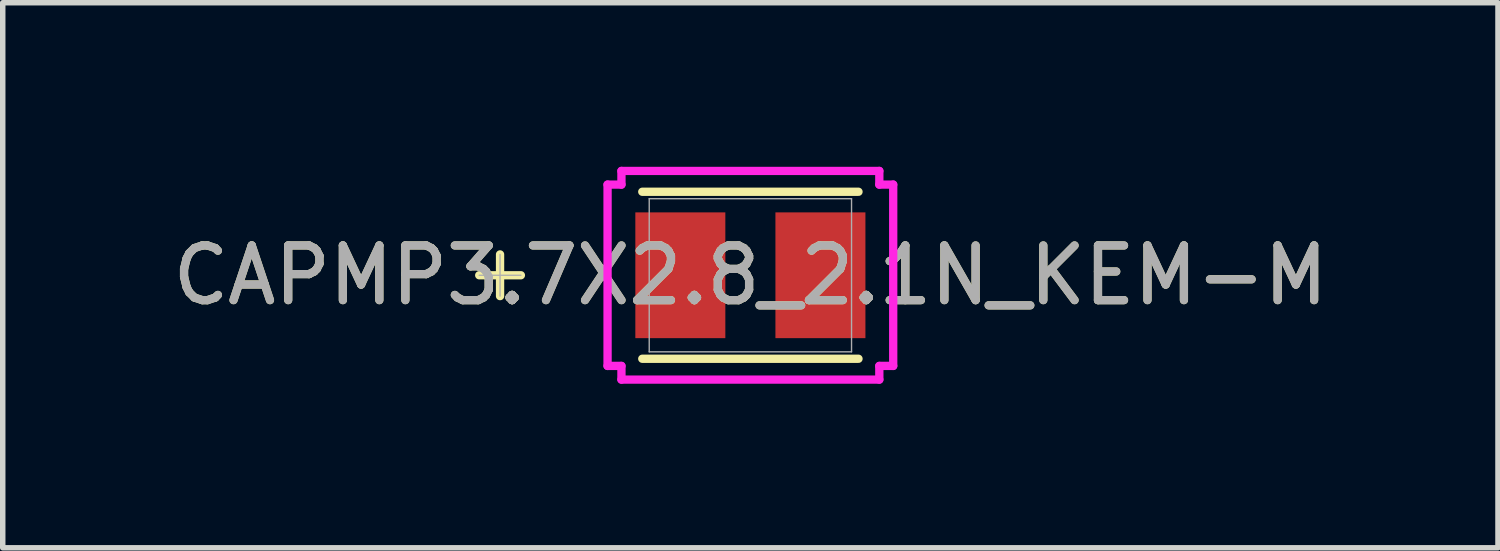
<source format=kicad_pcb>
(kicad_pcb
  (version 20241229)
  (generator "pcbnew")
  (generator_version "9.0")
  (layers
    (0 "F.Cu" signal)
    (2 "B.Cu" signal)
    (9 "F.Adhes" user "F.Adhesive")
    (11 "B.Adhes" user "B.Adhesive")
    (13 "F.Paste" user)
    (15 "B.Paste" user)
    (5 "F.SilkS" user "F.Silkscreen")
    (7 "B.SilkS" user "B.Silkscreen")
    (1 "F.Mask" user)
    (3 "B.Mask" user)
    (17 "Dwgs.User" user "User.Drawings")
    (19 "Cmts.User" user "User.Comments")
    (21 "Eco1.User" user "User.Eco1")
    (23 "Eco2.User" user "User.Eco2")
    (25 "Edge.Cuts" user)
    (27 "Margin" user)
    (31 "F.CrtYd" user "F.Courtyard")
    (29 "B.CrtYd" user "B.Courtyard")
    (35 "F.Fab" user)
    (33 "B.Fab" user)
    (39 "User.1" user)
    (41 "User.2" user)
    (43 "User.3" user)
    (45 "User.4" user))
  (footprint "CAPMP3.7X2.8_2.1N_KEM-M"
    (layer "F.Cu")
    (at 10.673 1.984)
    (property "Reference" "CAPMP3.7X2.8_2.1N_KEM-M" (at 0 0 0) (unlocked yes) (layer "F.SilkS") (effects (font (size 1 1) (thickness 0.15))))
    (attr smd)
    (fp_line (start -4.578 -0.381) (end -4.578 0.381) (stroke (width 0.152) (type solid)) (layer "F.SilkS"))
    (fp_line (start -4.197 0) (end -4.959 0) (stroke (width 0.152) (type solid)) (layer "F.SilkS"))
    (fp_line (start -1.977 1.527) (end 1.977 1.527) (stroke (width 0.152) (type solid)) (layer "F.SilkS"))
    (fp_line (start 1.977 -1.527) (end -1.977 -1.527) (stroke (width 0.152) (type solid)) (layer "F.SilkS"))
    (fp_line (start -2.612 -1.658) (end -2.358 -1.658) (stroke (width 0.152) (type solid)) (layer "F.CrtYd"))
    (fp_line (start -2.612 1.658) (end -2.612 -1.658) (stroke (width 0.152) (type solid)) (layer "F.CrtYd"))
    (fp_line (start -2.358 -1.908) (end 2.358 -1.908) (stroke (width 0.152) (type solid)) (layer "F.CrtYd"))
    (fp_line (start -2.358 -1.658) (end -2.358 -1.908) (stroke (width 0.152) (type solid)) (layer "F.CrtYd"))
    (fp_line (start -2.358 1.658) (end -2.612 1.658) (stroke (width 0.152) (type solid)) (layer "F.CrtYd"))
    (fp_line (start -2.358 1.908) (end -2.358 1.658) (stroke (width 0.152) (type solid)) (layer "F.CrtYd"))
    (fp_line (start 2.358 -1.908) (end 2.358 -1.658) (stroke (width 0.152) (type solid)) (layer "F.CrtYd"))
    (fp_line (start 2.358 -1.658) (end 2.612 -1.658) (stroke (width 0.152) (type solid)) (layer "F.CrtYd"))
    (fp_line (start 2.358 1.658) (end 2.358 1.908) (stroke (width 0.152) (type solid)) (layer "F.CrtYd"))
    (fp_line (start 2.358 1.908) (end -2.358 1.908) (stroke (width 0.152) (type solid)) (layer "F.CrtYd"))
    (fp_line (start 2.612 -1.658) (end 2.612 1.658) (stroke (width 0.152) (type solid)) (layer "F.CrtYd"))
    (fp_line (start 2.612 1.658) (end 2.358 1.658) (stroke (width 0.152) (type solid)) (layer "F.CrtYd"))
    (fp_line (start -4.578 -0.381) (end -4.578 0.381) (stroke (width 0.025) (type solid)) (layer "F.Fab"))
    (fp_line (start -4.197 0) (end -4.959 0) (stroke (width 0.025) (type solid)) (layer "F.Fab"))
    (fp_line (start -1.85 -1.4) (end -1.85 1.4) (stroke (width 0.025) (type solid)) (layer "F.Fab"))
    (fp_line (start -1.85 1.4) (end 1.85 1.4) (stroke (width 0.025) (type solid)) (layer "F.Fab"))
    (fp_line (start 1.85 -1.4) (end -1.85 -1.4) (stroke (width 0.025) (type solid)) (layer "F.Fab"))
    (fp_line (start 1.85 1.4) (end 1.85 -1.4) (stroke (width 0.025) (type solid)) (layer "F.Fab"))
    (fp_text user "${REFERENCE}" (at 0 0 0) (unlocked yes) (layer "F.Fab") (effects (font (size 1 1) (thickness 0.15))))
    (pad "1" smd rect (at -1.281 0 90) (size 2.3 1.646) (layers "F.Cu" "F.Mask" "F.Paste"))
    (pad "2" smd rect (at 1.281 0 90) (size 2.3 1.646) (layers "F.Cu" "F.Mask" "F.Paste"))
    (zone (net_name "") (layer "F.Cu") (hatch full 0.508) (connect_pads) (min_thickness 0.254) (filled_areas_thickness no) (keepout (tracks not_allowed) (vias not_allowed) (pads allowed) (copperpour not_allowed) (footprints allowed)) (placement (enabled no)) (fill) (polygon (pts (xy 8.873 0.635) (xy 12.472 0.635) (xy 12.472 0.783) (xy 8.873 0.783))))
    (zone (net_name "") (layer "F.Cu") (hatch full 0.508) (connect_pads) (min_thickness 0.254) (filled_areas_thickness no) (keepout (tracks not_allowed) (vias not_allowed) (pads allowed) (copperpour not_allowed) (footprints allowed)) (placement (enabled no)) (fill) (polygon (pts (xy 8.873 3.185) (xy 12.472 3.185) (xy 12.472 3.333) (xy 8.873 3.333))))
    (zone (net_name "") (layer "F.Cu") (hatch full 0.508) (connect_pads) (min_thickness 0.254) (filled_areas_thickness no) (keepout (tracks not_allowed) (vias not_allowed) (pads allowed) (copperpour not_allowed) (footprints allowed)) (placement (enabled no)) (fill) (polygon (pts (xy 10.065 0.783) (xy 11.28 0.783) (xy 11.28 3.185) (xy 10.065 3.185)))))
  (gr_rect
    (start -3 -3)
    (end 24.345 6.968)
    (stroke (width 0.1) (type default))
    (fill no)
    (layer "Edge.Cuts")))
</source>
